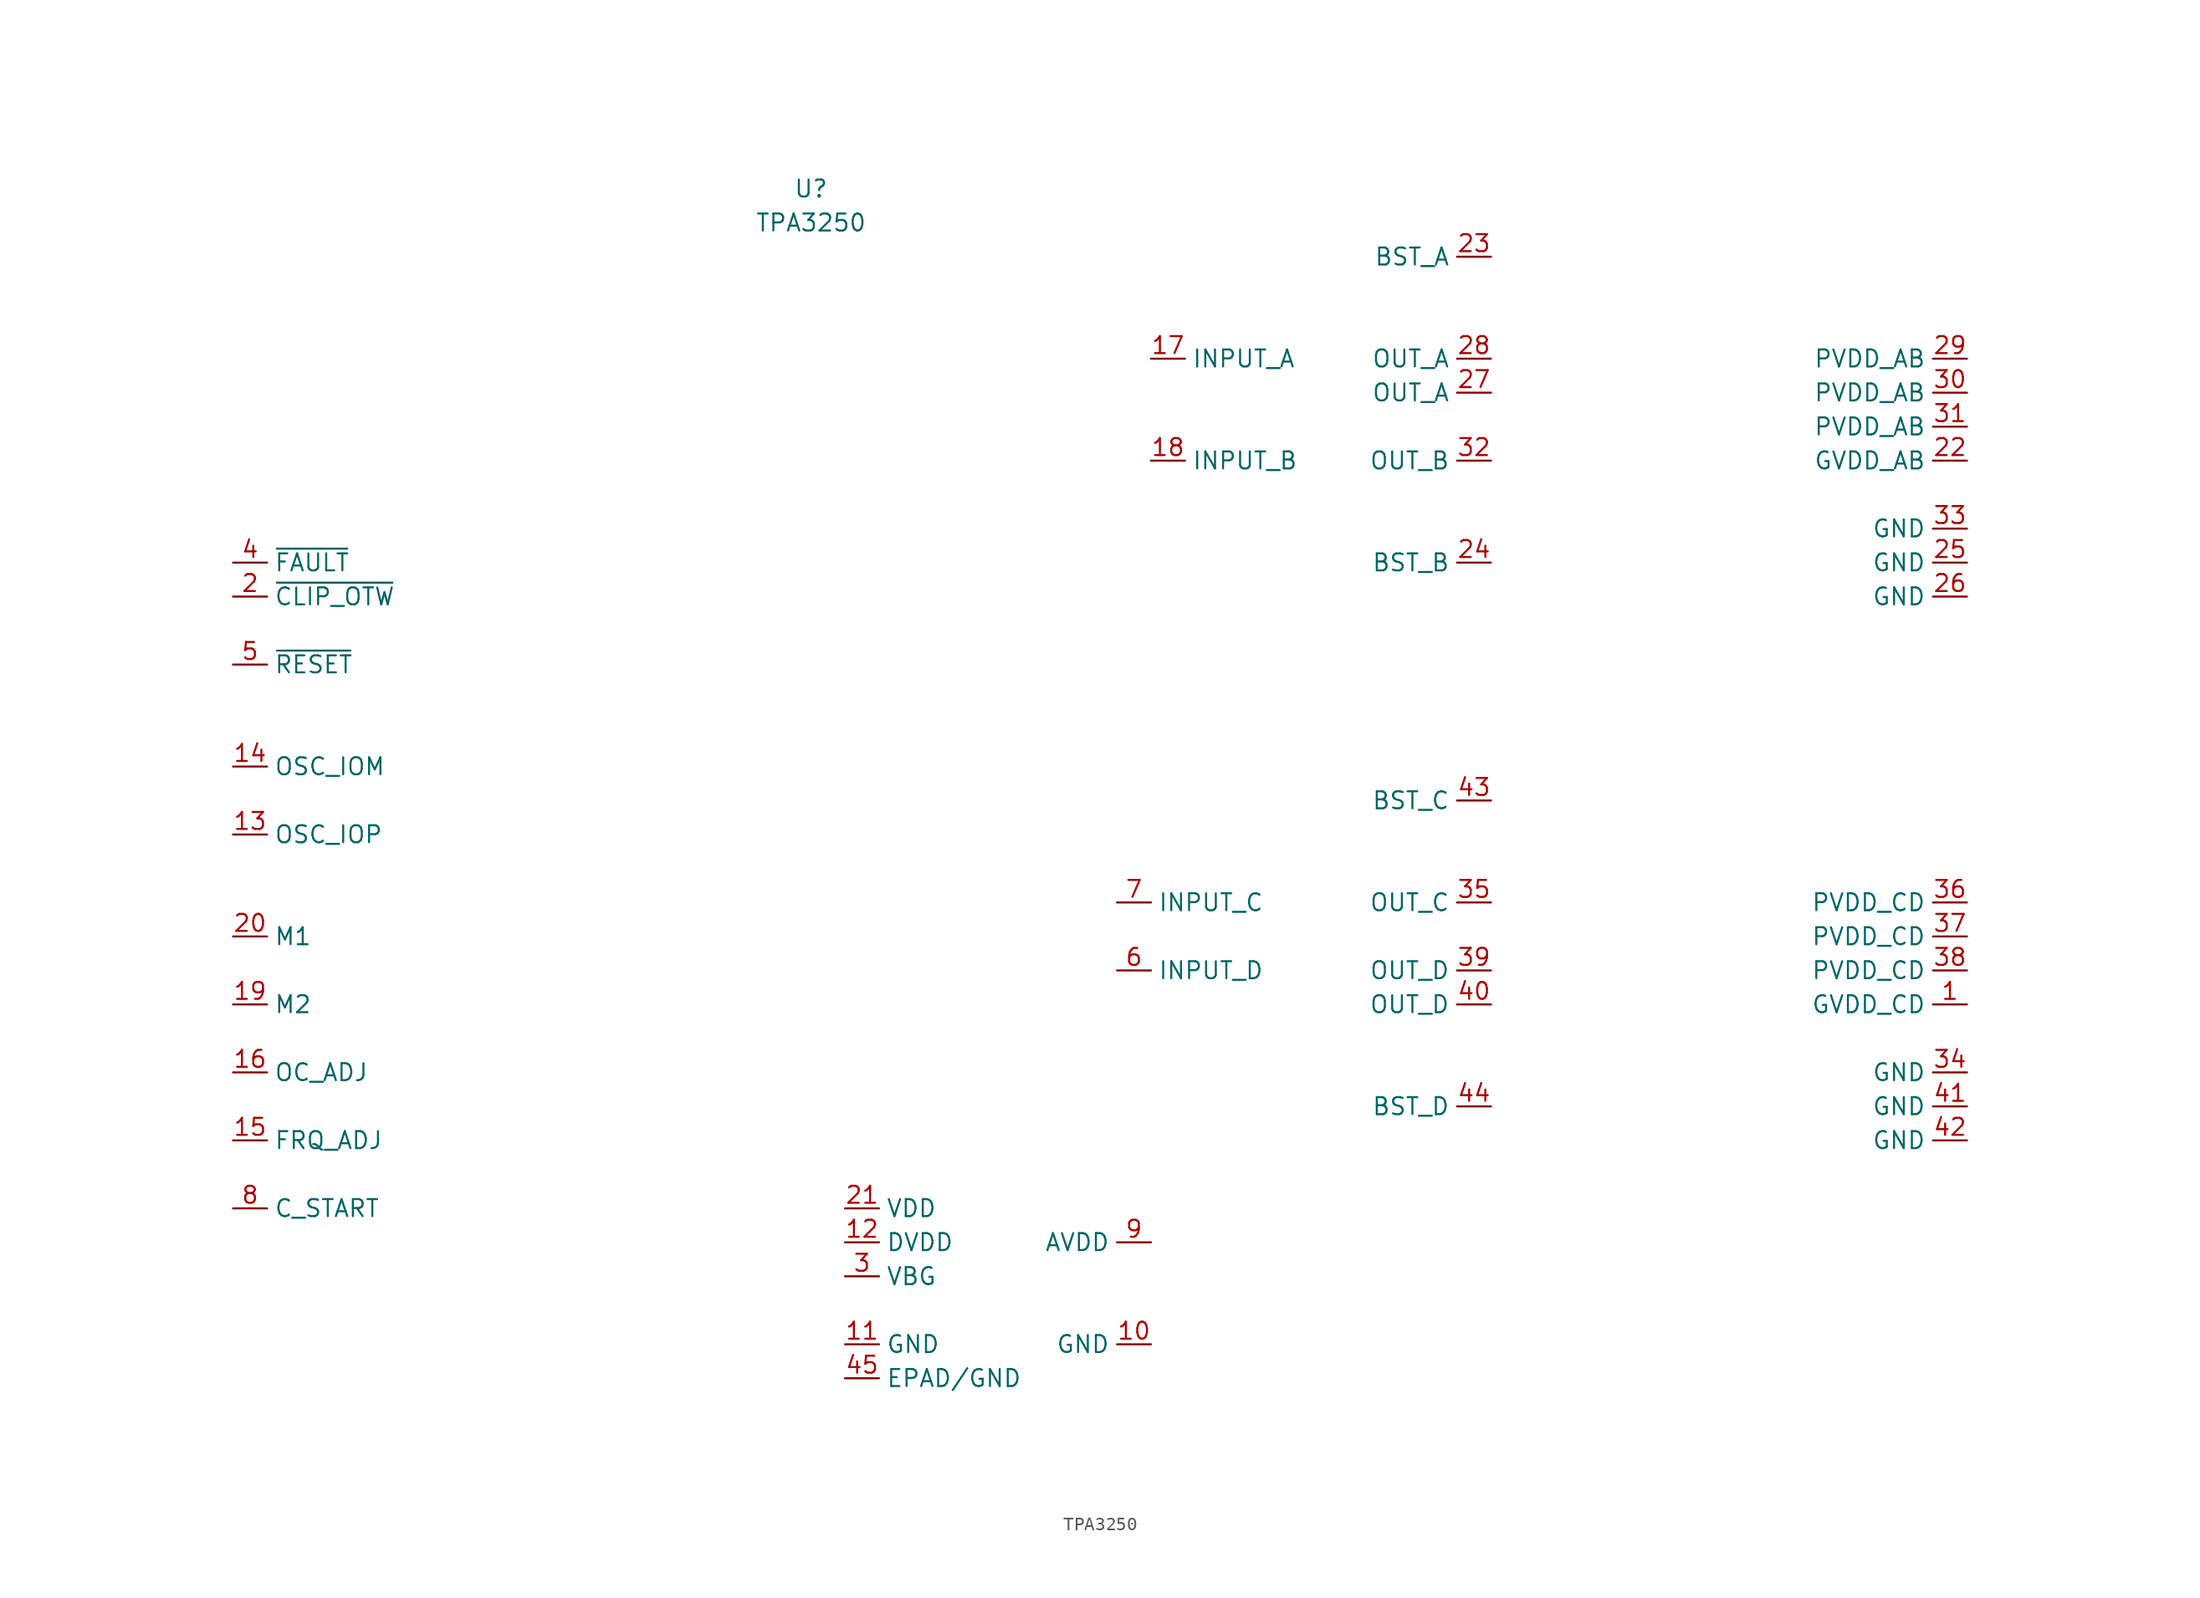
<source format=kicad_sym>
(kicad_symbol_lib
  (version 20211014)
  (generator kicad_symbol_editor)
  (symbol "TPA3250"
    (property "Reference" "U"
      (at 15.24 5.08 0)
      (effects (font (size 1.27 1.27))))
    (property "Value" "TPA3250"
      (at 15.24 2.54 0)
      (effects (font (size 1.27 1.27))))
    (symbol "TPA3250_0_0"
      (pin power_in line (at 101.6 -55.88 180) (length 2.54) (name "GVDD_CD" (effects (font (size 1.27 1.27)))) (number "1" (effects (font (size 1.27 1.27)))))
      (pin power_in line (at 40.64 -81.28 180) (length 2.54) (name "GND" (effects (font (size 1.27 1.27)))) (number "10" (effects (font (size 1.27 1.27)))))
      (pin power_in line (at 17.78 -81.28 0) (length 2.54) (name "GND" (effects (font (size 1.27 1.27)))) (number "11" (effects (font (size 1.27 1.27)))))
      (pin power_in line (at 17.78 -73.66 0) (length 2.54) (name "DVDD" (effects (font (size 1.27 1.27)))) (number "12" (effects (font (size 1.27 1.27)))))
      (pin output line (at -27.94 -43.18 0) (length 2.54) (name "OSC_IOP" (effects (font (size 1.27 1.27)))) (number "13" (effects (font (size 1.27 1.27)))))
      (pin bidirectional line (at -27.94 -38.1 0) (length 2.54) (name "OSC_IOM" (effects (font (size 1.27 1.27)))) (number "14" (effects (font (size 1.27 1.27)))))
      (pin passive line (at -27.94 -66.04 0) (length 2.54) (name "FRQ_ADJ" (effects (font (size 1.27 1.27)))) (number "15" (effects (font (size 1.27 1.27)))))
      (pin passive line (at -27.94 -60.96 0) (length 2.54) (name "OC_ADJ" (effects (font (size 1.27 1.27)))) (number "16" (effects (font (size 1.27 1.27)))))
      (pin input line (at 40.64 -7.62 0) (length 2.54) (name "INPUT_A" (effects (font (size 1.27 1.27)))) (number "17" (effects (font (size 1.27 1.27)))))
      (pin input line (at 40.64 -15.24 0) (length 2.54) (name "INPUT_B" (effects (font (size 1.27 1.27)))) (number "18" (effects (font (size 1.27 1.27)))))
      (pin input line (at -27.94 -55.88 0) (length 2.54) (name "M2" (effects (font (size 1.27 1.27)))) (number "19" (effects (font (size 1.27 1.27)))))
      (pin open_collector line (at -27.94 -25.4 0) (length 2.54) (name "~{CLIP_OTW}" (effects (font (size 1.27 1.27)))) (number "2" (effects (font (size 1.27 1.27)))))
      (pin input line (at -27.94 -50.8 0) (length 2.54) (name "M1" (effects (font (size 1.27 1.27)))) (number "20" (effects (font (size 1.27 1.27)))))
      (pin power_in line (at 17.78 -71.12 0) (length 2.54) (name "VDD" (effects (font (size 1.27 1.27)))) (number "21" (effects (font (size 1.27 1.27)))))
      (pin power_in line (at 101.6 -15.24 180) (length 2.54) (name "GVDD_AB" (effects (font (size 1.27 1.27)))) (number "22" (effects (font (size 1.27 1.27)))))
      (pin passive line (at 66.04 0 180) (length 2.54) (name "BST_A" (effects (font (size 1.27 1.27)))) (number "23" (effects (font (size 1.27 1.27)))))
      (pin passive line (at 66.04 -22.86 180) (length 2.54) (name "BST_B" (effects (font (size 1.27 1.27)))) (number "24" (effects (font (size 1.27 1.27)))))
      (pin power_in line (at 101.6 -22.86 180) (length 2.54) (name "GND" (effects (font (size 1.27 1.27)))) (number "25" (effects (font (size 1.27 1.27)))))
      (pin power_in line (at 101.6 -25.4 180) (length 2.54) (name "GND" (effects (font (size 1.27 1.27)))) (number "26" (effects (font (size 1.27 1.27)))))
      (pin output line (at 66.04 -10.16 180) (length 2.54) (name "OUT_A" (effects (font (size 1.27 1.27)))) (number "27" (effects (font (size 1.27 1.27)))))
      (pin output line (at 66.04 -7.62 180) (length 2.54) (name "OUT_A" (effects (font (size 1.27 1.27)))) (number "28" (effects (font (size 1.27 1.27)))))
      (pin power_in line (at 101.6 -7.62 180) (length 2.54) (name "PVDD_AB" (effects (font (size 1.27 1.27)))) (number "29" (effects (font (size 1.27 1.27)))))
      (pin power_in line (at 17.78 -76.2 0) (length 2.54) (name "VBG" (effects (font (size 1.27 1.27)))) (number "3" (effects (font (size 1.27 1.27)))))
      (pin power_in line (at 101.6 -10.16 180) (length 2.54) (name "PVDD_AB" (effects (font (size 1.27 1.27)))) (number "30" (effects (font (size 1.27 1.27)))))
      (pin power_in line (at 101.6 -12.7 180) (length 2.54) (name "PVDD_AB" (effects (font (size 1.27 1.27)))) (number "31" (effects (font (size 1.27 1.27)))))
      (pin output line (at 66.04 -15.24 180) (length 2.54) (name "OUT_B" (effects (font (size 1.27 1.27)))) (number "32" (effects (font (size 1.27 1.27)))))
      (pin power_in line (at 101.6 -20.32 180) (length 2.54) (name "GND" (effects (font (size 1.27 1.27)))) (number "33" (effects (font (size 1.27 1.27)))))
      (pin power_in line (at 101.6 -60.96 180) (length 2.54) (name "GND" (effects (font (size 1.27 1.27)))) (number "34" (effects (font (size 1.27 1.27)))))
      (pin output line (at 66.04 -48.26 180) (length 2.54) (name "OUT_C" (effects (font (size 1.27 1.27)))) (number "35" (effects (font (size 1.27 1.27)))))
      (pin power_in line (at 101.6 -48.26 180) (length 2.54) (name "PVDD_CD" (effects (font (size 1.27 1.27)))) (number "36" (effects (font (size 1.27 1.27)))))
      (pin power_in line (at 101.6 -50.8 180) (length 2.54) (name "PVDD_CD" (effects (font (size 1.27 1.27)))) (number "37" (effects (font (size 1.27 1.27)))))
      (pin power_in line (at 101.6 -53.34 180) (length 2.54) (name "PVDD_CD" (effects (font (size 1.27 1.27)))) (number "38" (effects (font (size 1.27 1.27)))))
      (pin output line (at 66.04 -53.34 180) (length 2.54) (name "OUT_D" (effects (font (size 1.27 1.27)))) (number "39" (effects (font (size 1.27 1.27)))))
      (pin open_collector line (at -27.94 -22.86 0) (length 2.54) (name "~{FAULT}" (effects (font (size 1.27 1.27)))) (number "4" (effects (font (size 1.27 1.27)))))
      (pin output line (at 66.04 -55.88 180) (length 2.54) (name "OUT_D" (effects (font (size 1.27 1.27)))) (number "40" (effects (font (size 1.27 1.27)))))
      (pin power_in line (at 101.6 -63.5 180) (length 2.54) (name "GND" (effects (font (size 1.27 1.27)))) (number "41" (effects (font (size 1.27 1.27)))))
      (pin power_in line (at 101.6 -66.04 180) (length 2.54) (name "GND" (effects (font (size 1.27 1.27)))) (number "42" (effects (font (size 1.27 1.27)))))
      (pin passive line (at 66.04 -40.64 180) (length 2.54) (name "BST_C" (effects (font (size 1.27 1.27)))) (number "43" (effects (font (size 1.27 1.27)))))
      (pin passive line (at 66.04 -63.5 180) (length 2.54) (name "BST_D" (effects (font (size 1.27 1.27)))) (number "44" (effects (font (size 1.27 1.27)))))
      (pin power_in line (at 17.78 -83.82 0) (length 2.54) (name "EPAD/GND" (effects (font (size 1.27 1.27)))) (number "45" (effects (font (size 1.27 1.27)))))
      (pin input line (at -27.94 -30.48 0) (length 2.54) (name "~{RESET}" (effects (font (size 1.27 1.27)))) (number "5" (effects (font (size 1.27 1.27)))))
      (pin input line (at 38.1 -53.34 0) (length 2.54) (name "INPUT_D" (effects (font (size 1.27 1.27)))) (number "6" (effects (font (size 1.27 1.27)))))
      (pin input line (at 38.1 -48.26 0) (length 2.54) (name "INPUT_C" (effects (font (size 1.27 1.27)))) (number "7" (effects (font (size 1.27 1.27)))))
      (pin passive line (at -27.94 -71.12 0) (length 2.54) (name "C_START" (effects (font (size 1.27 1.27)))) (number "8" (effects (font (size 1.27 1.27)))))
      (pin power_in line (at 40.64 -73.66 180) (length 2.54) (name "AVDD" (effects (font (size 1.27 1.27)))) (number "9" (effects (font (size 1.27 1.27))))))))
</source>
